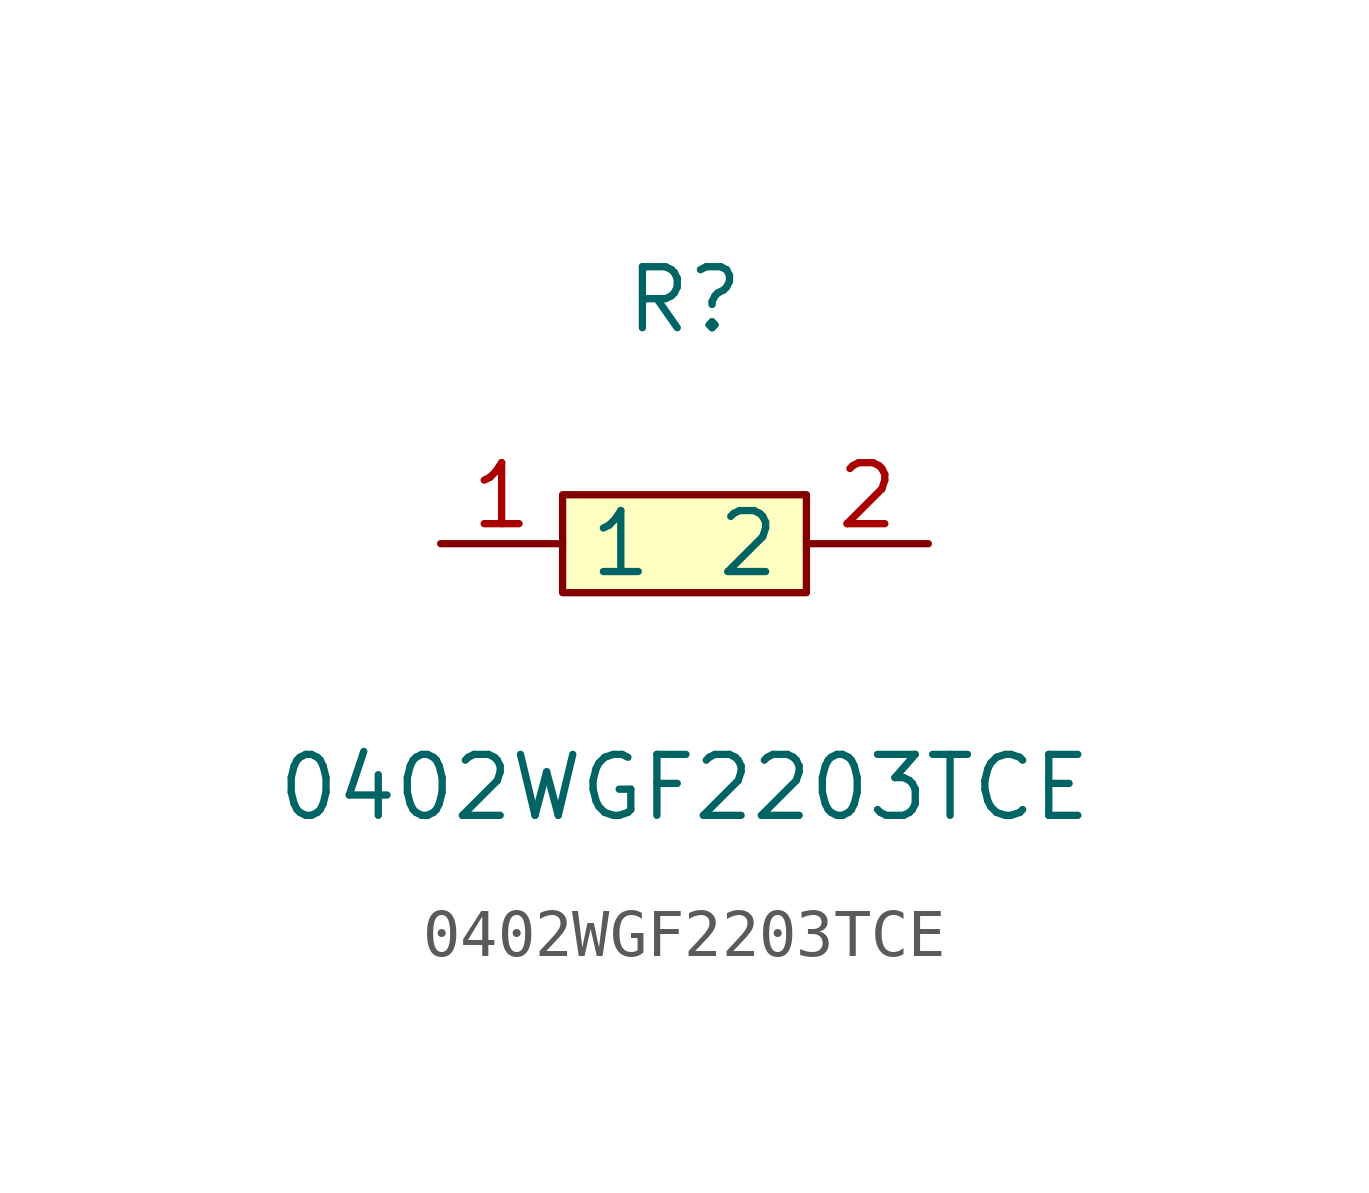
<source format=kicad_sym>
(kicad_symbol_lib
  (version 1)
  (generator "faebryk")
  (symbol "0402WGF2203TCE"
    (property "Reference" "R"
      (at 0 5.08 0)
      (effects (font (size 1.27 1.27)) (hide no)))
    (property "Value" "0402WGF2203TCE"
      (at 0 -5.08 0)
      (effects (font (size 1.27 1.27)) (hide no)))
    (symbol "0402WGF2203TCE_0_1"
      (rectangle (start -2.54 1.02) (end 2.54 -1.02) (stroke (width 0) (type default) (color 0 0 0 0)) (fill (type background)))
      (pin input line (at 5.08 0 180) (length 2.54) (name "2" (effects (font (size 1.27 1.27)) (hide no))) (number "2" (effects (font (size 1.27 1.27)) (hide no))))
      (pin input line (at -5.08 0 0) (length 2.54) (name "1" (effects (font (size 1.27 1.27)) (hide no))) (number "1" (effects (font (size 1.27 1.27)) (hide no)))))))
</source>
